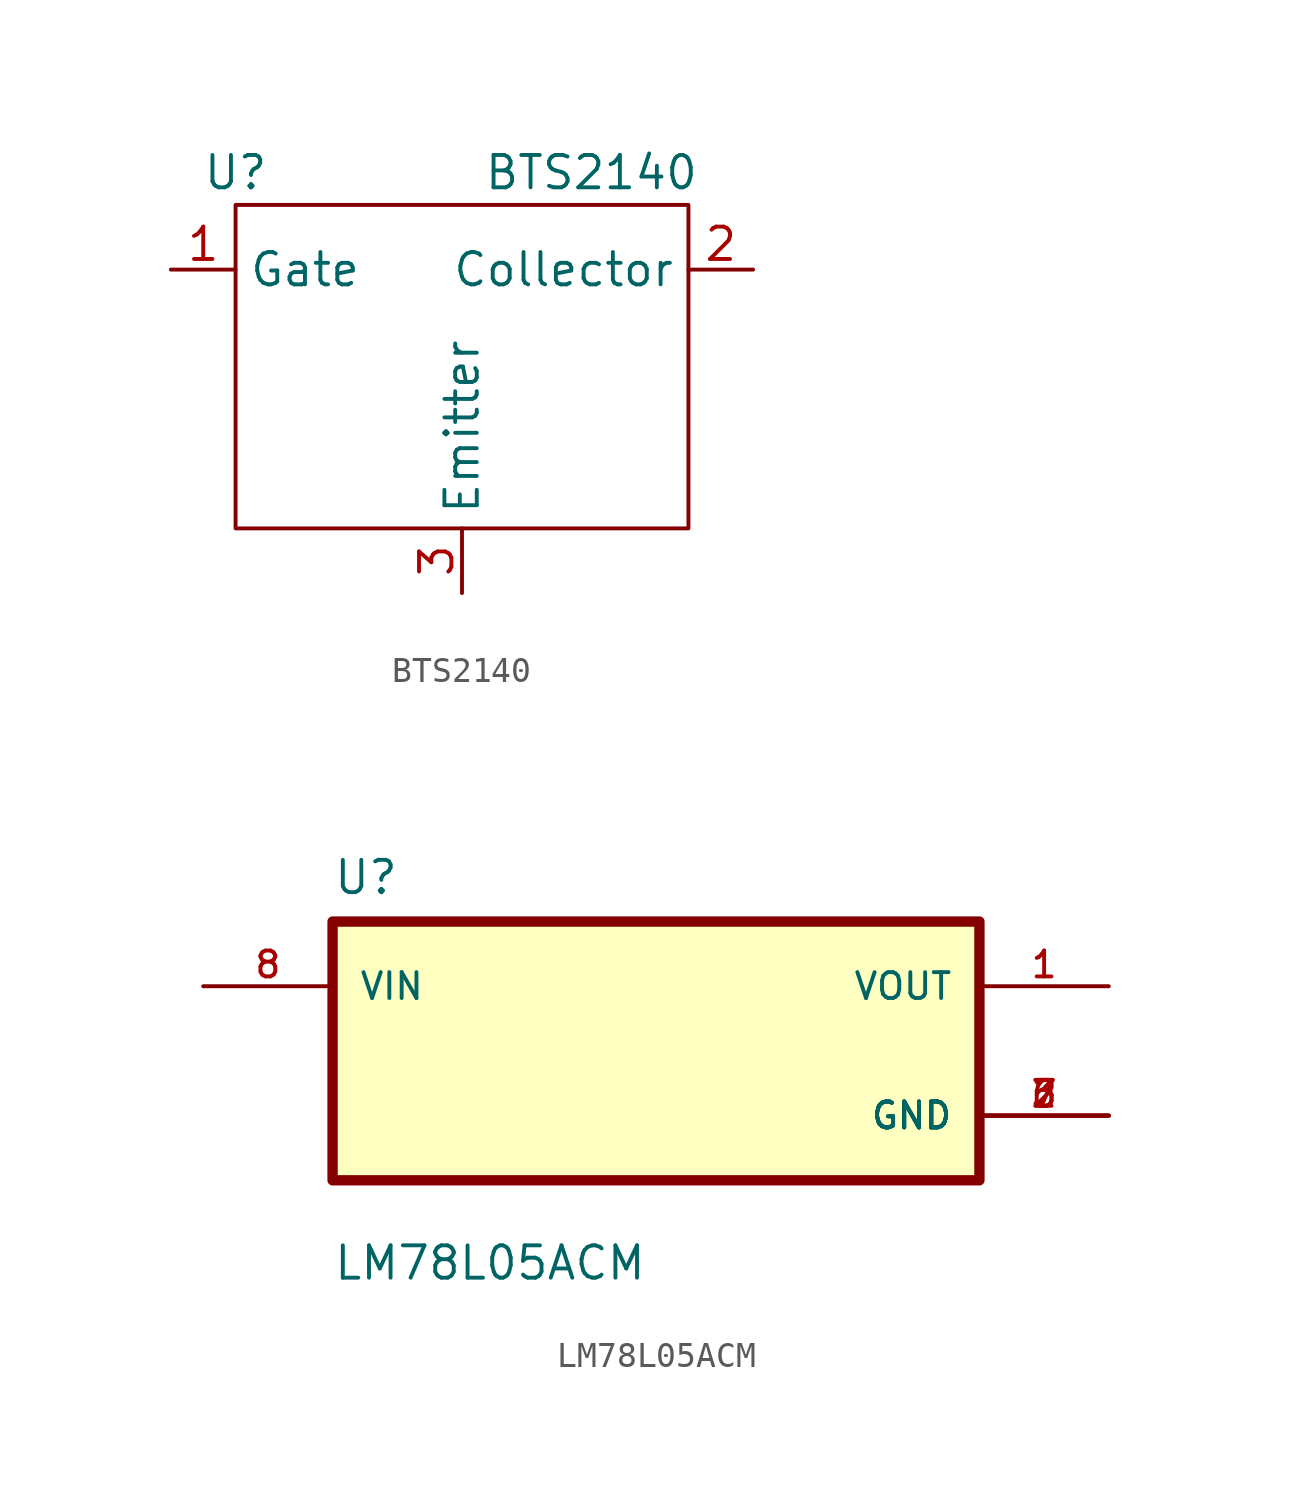
<source format=kicad_sym>
(kicad_symbol_lib
  (version 20211014)
  (generator kicad_symbol_editor)
  (symbol "BTS2140"
    (property "Reference" "U"
      (at -8.89 3.81 0)
      (effects (font (size 1.27 1.27))))
    (property "Value" "BTS2140"
      (at 5.08 3.81 0)
      (effects (font (size 1.27 1.27))))
    (symbol "BTS2140_0_1"
      (rectangle (start -8.89 2.54) (end 8.89 -10.16) (stroke (width 0) (type default) (color 0 0 0 0)) (fill (type none))))
    (symbol "BTS2140_1_1"
      (pin input line (at -11.43 0 0) (length 2.54) (name "Gate" (effects (font (size 1.27 1.27)))) (number "1" (effects (font (size 1.27 1.27)))))
      (pin input line (at 11.43 0 180) (length 2.54) (name "Collector" (effects (font (size 1.27 1.27)))) (number "2" (effects (font (size 1.27 1.27)))))
      (pin input line (at 0 -12.7 90) (length 2.54) (name "Emitter" (effects (font (size 1.27 1.27)))) (number "3" (effects (font (size 1.27 1.27)))))))
  (symbol "LM78L05ACM"
    (pin_names
      (offset 1.016))
    (property "Reference" "U"
      (at -12.7 6.071 0)
      (effects (font (size 1.27 1.27)) (justify left bottom)))
    (property "Value" "LM78L05ACM"
      (at -12.7 -9.068 0)
      (effects (font (size 1.27 1.27)) (justify left bottom)))
    (symbol "LM78L05ACM_0_0"
      (rectangle (start -12.7 -5.08) (end 12.7 5.08) (stroke (width 0.406) (type default) (color 0 0 0 0)) (fill (type background)))
      (pin output line (at 17.78 2.54 180) (length 5.08) (name "VOUT" (effects (font (size 1.016 1.016)))) (number "1" (effects (font (size 1.016 1.016)))))
      (pin power_in line (at 17.78 -2.54 180) (length 5.08) (name "GND" (effects (font (size 1.016 1.016)))) (number "2" (effects (font (size 1.016 1.016)))))
      (pin power_in line (at 17.78 -2.54 180) (length 5.08) (name "GND" (effects (font (size 1.016 1.016)))) (number "3" (effects (font (size 1.016 1.016)))))
      (pin power_in line (at 17.78 -2.54 180) (length 5.08) (name "GND" (effects (font (size 1.016 1.016)))) (number "6" (effects (font (size 1.016 1.016)))))
      (pin power_in line (at 17.78 -2.54 180) (length 5.08) (name "GND" (effects (font (size 1.016 1.016)))) (number "7" (effects (font (size 1.016 1.016)))))
      (pin input line (at -17.78 2.54 0) (length 5.08) (name "VIN" (effects (font (size 1.016 1.016)))) (number "8" (effects (font (size 1.016 1.016))))))))
</source>
